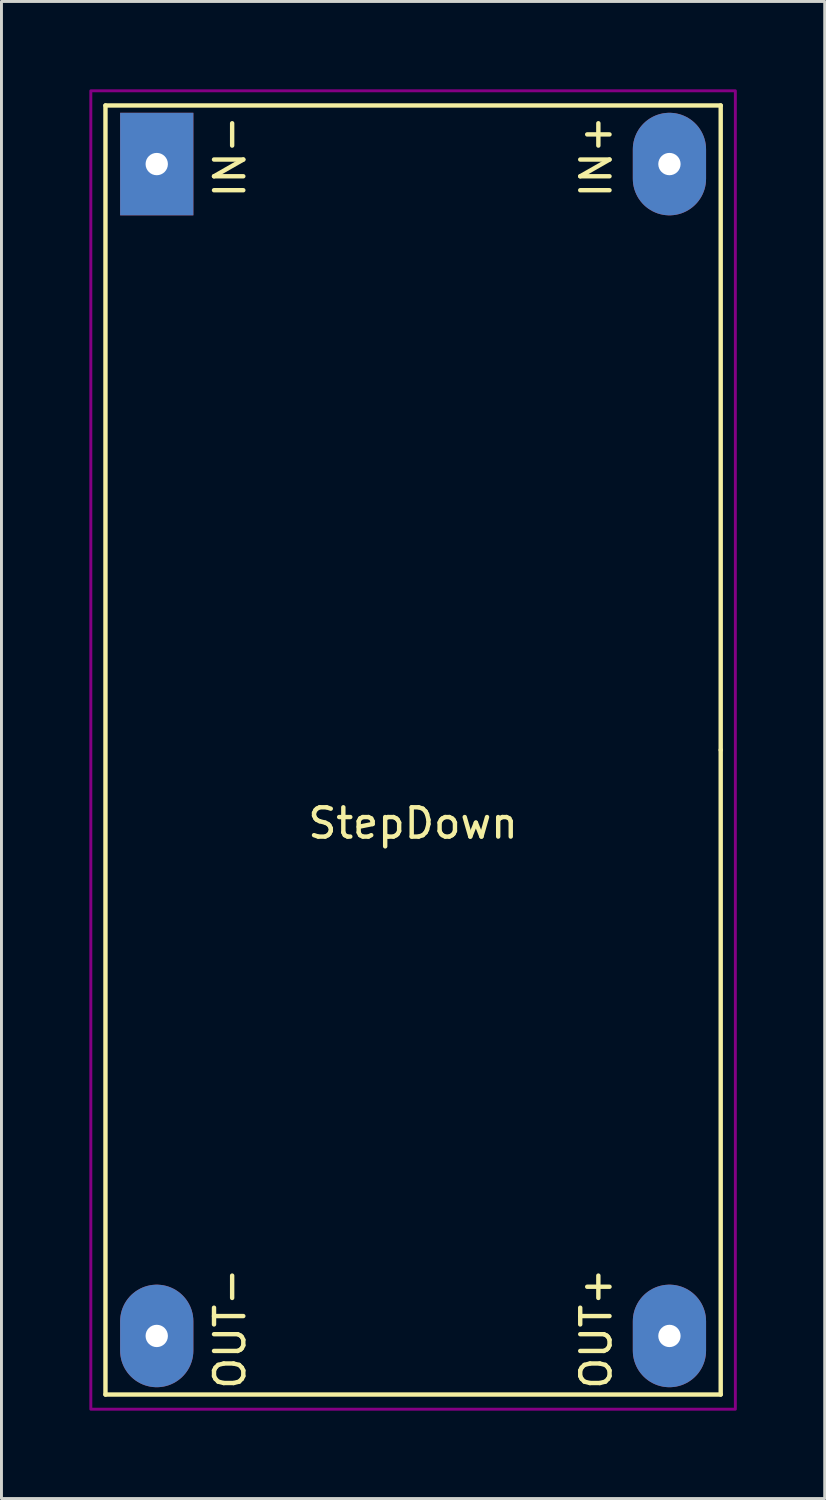
<source format=kicad_pcb>
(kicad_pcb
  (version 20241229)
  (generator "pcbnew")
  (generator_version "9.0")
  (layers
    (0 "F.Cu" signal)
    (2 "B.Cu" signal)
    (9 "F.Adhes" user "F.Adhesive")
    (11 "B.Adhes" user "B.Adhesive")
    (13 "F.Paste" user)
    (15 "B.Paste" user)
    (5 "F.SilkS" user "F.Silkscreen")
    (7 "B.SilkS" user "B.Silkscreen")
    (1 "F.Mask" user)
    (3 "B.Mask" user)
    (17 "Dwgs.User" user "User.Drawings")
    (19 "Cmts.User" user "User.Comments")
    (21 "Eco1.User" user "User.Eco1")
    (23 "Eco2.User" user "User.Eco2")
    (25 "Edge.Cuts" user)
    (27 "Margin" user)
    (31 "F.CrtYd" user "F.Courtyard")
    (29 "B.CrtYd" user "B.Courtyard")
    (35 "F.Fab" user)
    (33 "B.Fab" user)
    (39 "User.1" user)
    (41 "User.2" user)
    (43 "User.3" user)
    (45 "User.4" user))
  (footprint "StepDown"
    (layer "F.Cu")
    (at 11.05 22.55)
    (property "Reference" "StepDown" (at 0 2.5 180) (layer "F.SilkS") (effects (font (size 1 1) (thickness 0.15))))
    (attr through_hole)
    (fp_line (start -10.5 -22) (end -10.5 22) (stroke (width 0.15) (type solid)) (layer "F.SilkS"))
    (fp_line (start -10.5 22) (end 10.5 22) (stroke (width 0.15) (type solid)) (layer "F.SilkS"))
    (fp_line (start 10.5 -22) (end -10.5 -22) (stroke (width 0.15) (type solid)) (layer "F.SilkS"))
    (fp_line (start 10.5 0) (end 10.5 -22) (stroke (width 0.15) (type solid)) (layer "F.SilkS"))
    (fp_line (start 10.5 22) (end 10.5 0) (stroke (width 0.15) (type solid)) (layer "F.SilkS"))
    (fp_rect (start -11 -22.5) (end 11 22.5) (stroke (width 0.1) (type default)) (fill no) (layer "F.Adhes"))
    (fp_text user "OUT-" (at -6.25 19.75 270) (layer "F.SilkS") (effects (font (size 1 1) (thickness 0.15))))
    (fp_text user "OUT+" (at 6.25 19.75 270) (layer "F.SilkS") (effects (font (size 1 1) (thickness 0.15))))
    (fp_text user "IN-" (at -6.25 -20.25 270) (layer "F.SilkS") (effects (font (size 1 1) (thickness 0.15))))
    (fp_text user "IN+" (at 6.25 -20.25 270) (layer "F.SilkS") (effects (font (size 1 1) (thickness 0.15))))
    (pad "1" thru_hole rect (at -8.75 -20) (size 2.5 3.5) (drill 0.762) (layers "*.Cu" "*.Mask"))
    (pad "2" thru_hole oval (at 8.75 -20) (size 2.5 3.5) (drill 0.762) (layers "*.Cu" "*.Mask"))
    (pad "3" thru_hole oval (at -8.75 20) (size 2.5 3.5) (drill 0.762) (layers "*.Cu" "*.Mask"))
    (pad "4" thru_hole oval (at 8.75 20) (size 2.5 3.5) (drill 0.762) (layers "*.Cu" "*.Mask")))
  (gr_rect
    (start -3 -3)
    (end 25.1 48.1)
    (stroke (width 0.1) (type default))
    (fill no)
    (layer "Edge.Cuts")))
</source>
